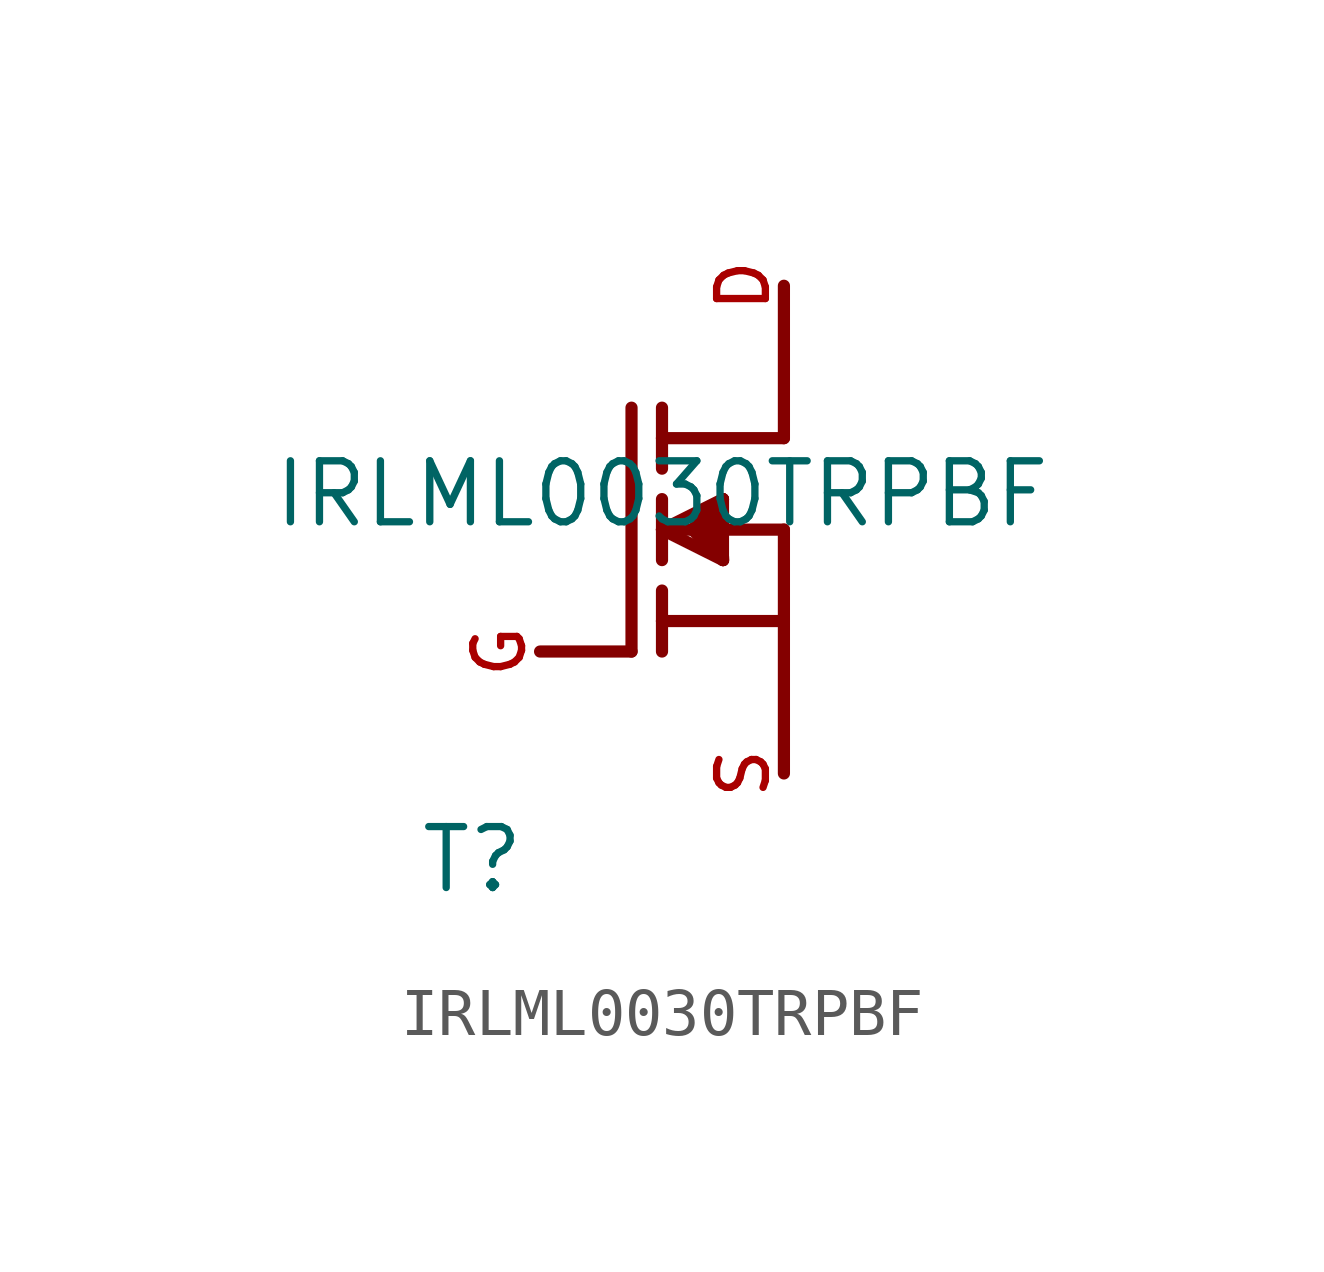
<source format=kicad_sym>
(kicad_symbol_lib
  (version 20211014)
  (generator kicad_symbol_editor)
  (symbol "IRLML0030TRPBF"
    (pin_names
      (offset 1.016))
    (property "Reference" "T"
      (at -5.08 -7.62 0)
      (effects (font (size 1.27 1.27)) (justify bottom left)))
    (property "Value" "IRLML0030TRPBF"
      (at 0 0.0 0)
      (effects (font (size 1.27 1.27)) (justify bottom)))
    (symbol "IRLML0030TRPBF_0_0"
      (polyline (pts (xy 0.0 -2.54) (xy 0.0 -1.905)) (stroke (width 0.254)))
      (polyline (pts (xy 0.0 -1.905) (xy 0.0 -1.27)) (stroke (width 0.254)))
      (polyline (pts (xy 0.0 1.27) (xy 0.0 1.905)) (stroke (width 0.254)))
      (polyline (pts (xy 0.0 1.905) (xy 0.0 2.54)) (stroke (width 0.254)))
      (polyline (pts (xy 0.0 -0.635) (xy 0.0 0.0)) (stroke (width 0.254)))
      (polyline (pts (xy 0.0 0.0) (xy 0.0 0.635)) (stroke (width 0.254)))
      (polyline (pts (xy -0.635 -2.54) (xy -0.635 2.54)) (stroke (width 0.254)))
      (polyline (pts (xy 0.0 -1.905) (xy 2.54 -1.905)) (stroke (width 0.254)))
      (polyline (pts (xy 2.54 0.0) (xy 0.635 0.0)) (stroke (width 0.254)))
      (polyline (pts (xy 0.635 0.0) (xy 0.0 0.0)) (stroke (width 0.254)))
      (polyline (pts (xy 0.0 1.905) (xy 2.54 1.905)) (stroke (width 0.254)))
      (polyline (pts (xy 2.54 0.0) (xy 2.54 -5.08)) (stroke (width 0.254)))
      (polyline (pts (xy 2.54 1.905) (xy 2.54 5.08)) (stroke (width 0.254)))
      (polyline (pts (xy -0.635 -2.54) (xy -2.54 -2.54)) (stroke (width 0.254)))
      (polyline (pts (xy 1.27 -0.635) (xy 0.0 0.0)) (stroke (width 0.254)))
      (polyline (pts (xy 0.0 0.0) (xy 1.27 0.635)) (stroke (width 0.254)))
      (polyline (pts (xy 1.27 0.635) (xy 1.27 -0.635)) (stroke (width 0.254)))
      (polyline (pts (xy 1.27 -0.635) (xy 0.635 0.0)) (stroke (width 0.254)))
      (polyline (pts (xy 0.635 0.0) (xy 1.27 0.635)) (stroke (width 0.254)))
      (arc (start 0.635 0.0) (mid 1.084 0.186) (end 1.27 0.635) (stroke (width 0.254) (type default) (color 0 0 0 0)) (fill (type none)))
      (arc (start 1.27 -0.635) (mid 1.084 -0.186) (end 0.635 0.0) (stroke (width 0.254) (type default) (color 0 0 0 0)) (fill (type none)))
      (pin bidirectional line (at 2.54 -5.08 270.0) (length 0) (name "~" (effects (font (size 1.016 1.016)))) (number "S" (effects (font (size 1.016 1.016)))))
      (pin bidirectional line (at 2.54 5.08 90.0) (length 0) (name "~" (effects (font (size 1.016 1.016)))) (number "D" (effects (font (size 1.016 1.016)))))
      (pin bidirectional line (at -2.54 -2.54 90.0) (length 0) (name "~" (effects (font (size 1.016 1.016)))) (number "G" (effects (font (size 1.016 1.016))))))))
</source>
